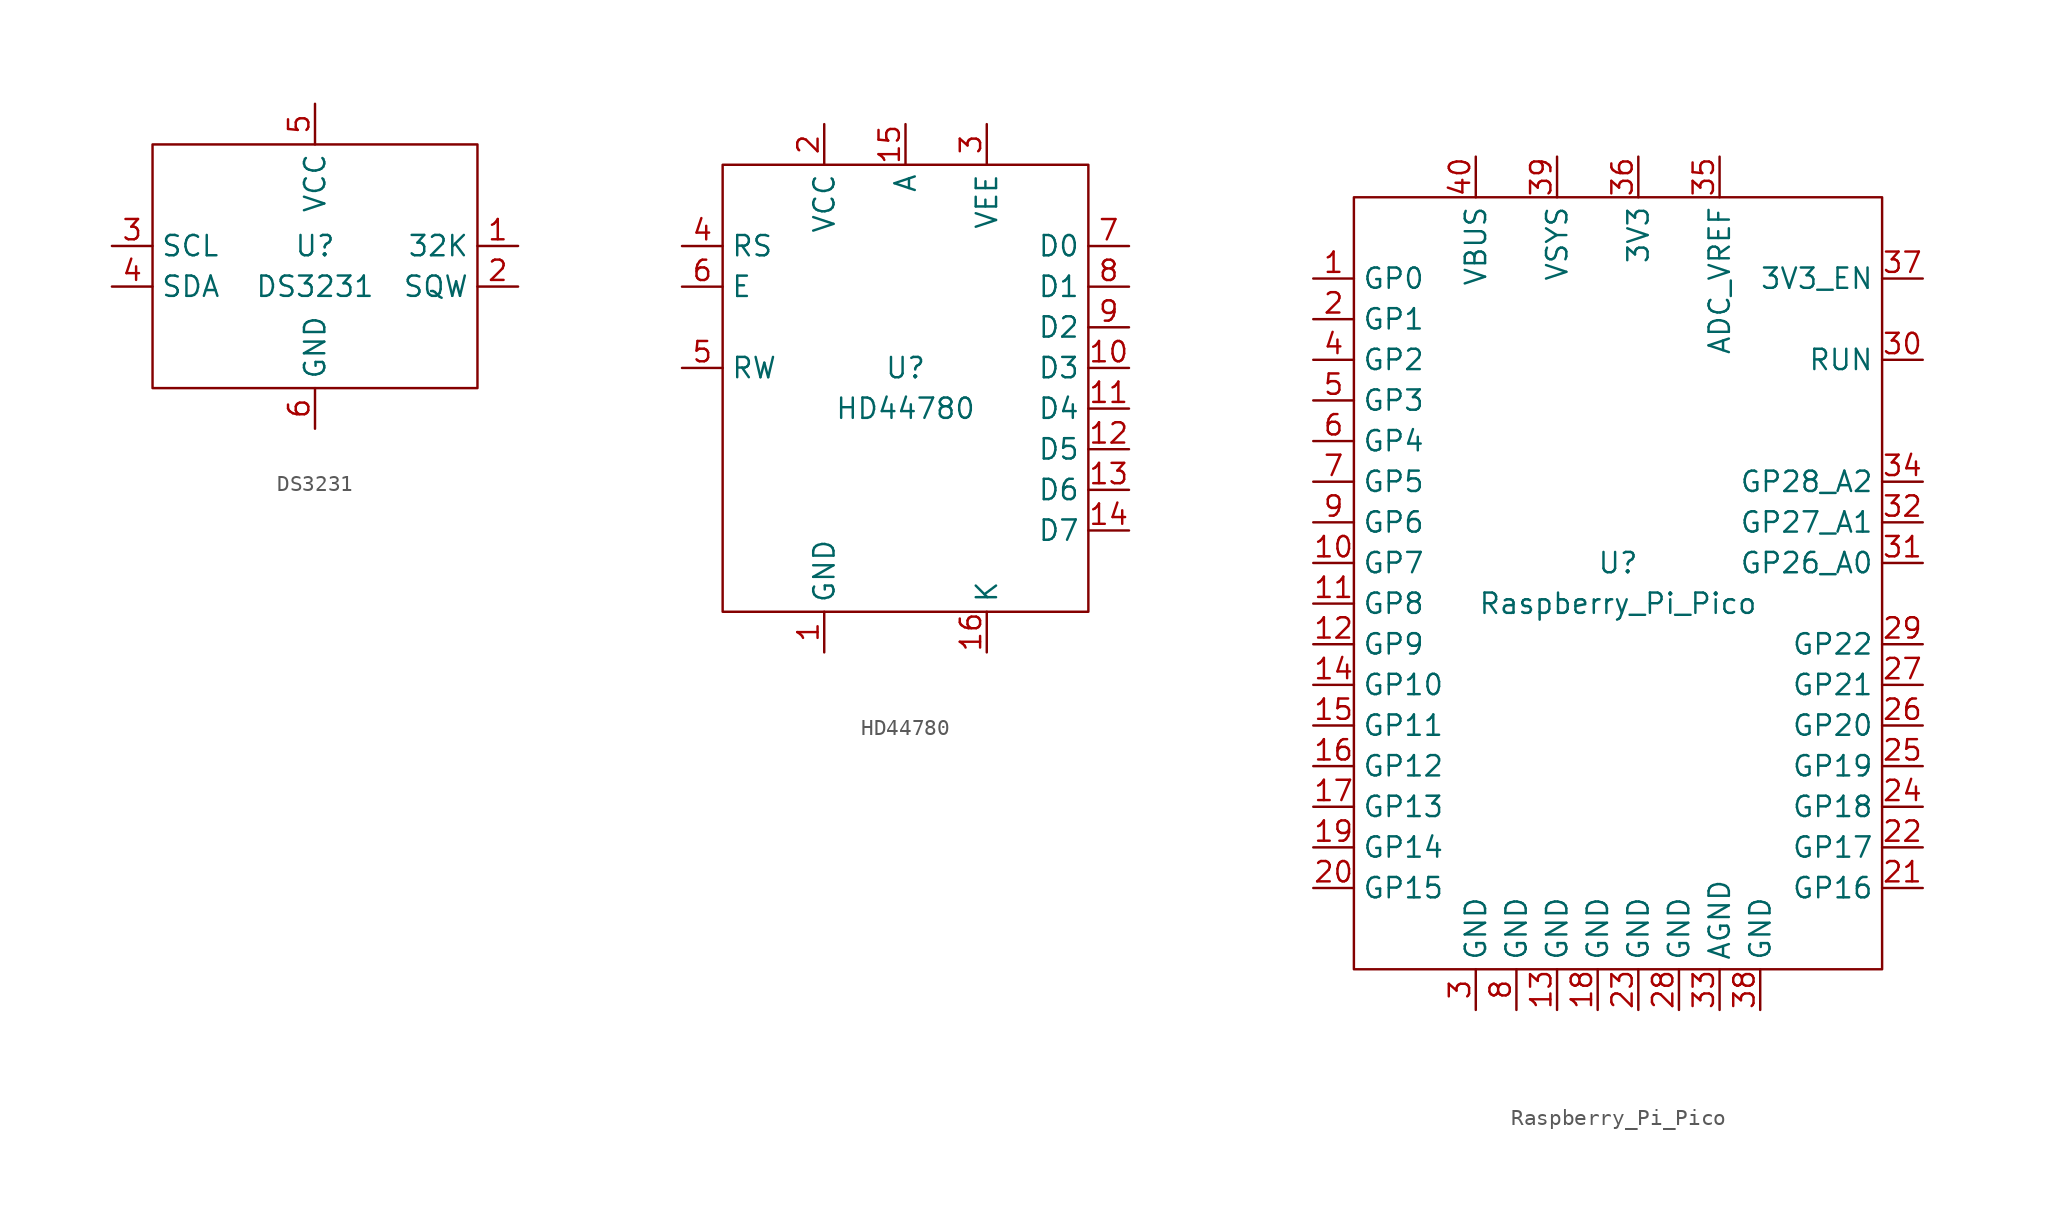
<source format=kicad_sym>
(kicad_symbol_lib
  (version 20220914)
  (generator kicad_symbol_editor)
  (symbol "DS3231"
    (property "Reference" "U"
      (at 0 1.27 0)
      (effects (font (size 1.27 1.27))))
    (property "Value" "DS3231"
      (at 0 -1.27 0)
      (effects (font (size 1.27 1.27))))
    (symbol "DS3231_0_1"
      (rectangle (start -10.16 7.62) (end 10.16 -7.62) (stroke (width 0) (type default)) (fill (type none))))
    (symbol "DS3231_1_1"
      (pin output line (at 12.7 1.27 180) (length 2.54) (name "32K" (effects (font (size 1.27 1.27)))) (number "1" (effects (font (size 1.27 1.27)))))
      (pin output line (at 12.7 -1.27 180) (length 2.54) (name "SQW" (effects (font (size 1.27 1.27)))) (number "2" (effects (font (size 1.27 1.27)))))
      (pin bidirectional line (at -12.7 1.27 0) (length 2.54) (name "SCL" (effects (font (size 1.27 1.27)))) (number "3" (effects (font (size 1.27 1.27)))))
      (pin bidirectional line (at -12.7 -1.27 0) (length 2.54) (name "SDA" (effects (font (size 1.27 1.27)))) (number "4" (effects (font (size 1.27 1.27)))))
      (pin power_in line (at 0 10.16 270) (length 2.54) (name "VCC" (effects (font (size 1.27 1.27)))) (number "5" (effects (font (size 1.27 1.27)))))
      (pin power_in line (at 0 -10.16 90) (length 2.54) (name "GND" (effects (font (size 1.27 1.27)))) (number "6" (effects (font (size 1.27 1.27)))))))
  (symbol "HD44780"
    (property "Reference" "U"
      (at 0 1.27 0)
      (effects (font (size 1.27 1.27))))
    (property "Value" "HD44780"
      (at 0 -1.27 0)
      (effects (font (size 1.27 1.27))))
    (symbol "HD44780_0_1"
      (rectangle (start -11.43 13.97) (end 11.43 -13.97) (stroke (width 0) (type default)) (fill (type none))))
    (symbol "HD44780_1_1"
      (pin power_in line (at -5.08 -16.51 90) (length 2.54) (name "GND" (effects (font (size 1.27 1.27)))) (number "1" (effects (font (size 1.27 1.27)))))
      (pin input line (at 13.97 1.27 180) (length 2.54) (name "D3" (effects (font (size 1.27 1.27)))) (number "10" (effects (font (size 1.27 1.27)))))
      (pin input line (at 13.97 -1.27 180) (length 2.54) (name "D4" (effects (font (size 1.27 1.27)))) (number "11" (effects (font (size 1.27 1.27)))))
      (pin input line (at 13.97 -3.81 180) (length 2.54) (name "D5" (effects (font (size 1.27 1.27)))) (number "12" (effects (font (size 1.27 1.27)))))
      (pin input line (at 13.97 -6.35 180) (length 2.54) (name "D6" (effects (font (size 1.27 1.27)))) (number "13" (effects (font (size 1.27 1.27)))))
      (pin input line (at 13.97 -8.89 180) (length 2.54) (name "D7" (effects (font (size 1.27 1.27)))) (number "14" (effects (font (size 1.27 1.27)))))
      (pin power_in line (at 0 16.51 270) (length 2.54) (name "A" (effects (font (size 1.27 1.27)))) (number "15" (effects (font (size 1.27 1.27)))))
      (pin power_in line (at 5.08 -16.51 90) (length 2.54) (name "K" (effects (font (size 1.27 1.27)))) (number "16" (effects (font (size 1.27 1.27)))))
      (pin power_in line (at -5.08 16.51 270) (length 2.54) (name "VCC" (effects (font (size 1.27 1.27)))) (number "2" (effects (font (size 1.27 1.27)))))
      (pin power_in line (at 5.08 16.51 270) (length 2.54) (name "VEE" (effects (font (size 1.27 1.27)))) (number "3" (effects (font (size 1.27 1.27)))))
      (pin input line (at -13.97 8.89 0) (length 2.54) (name "RS" (effects (font (size 1.27 1.27)))) (number "4" (effects (font (size 1.27 1.27)))))
      (pin input line (at -13.97 1.27 0) (length 2.54) (name "RW" (effects (font (size 1.27 1.27)))) (number "5" (effects (font (size 1.27 1.27)))))
      (pin input line (at -13.97 6.35 0) (length 2.54) (name "E" (effects (font (size 1.27 1.27)))) (number "6" (effects (font (size 1.27 1.27)))))
      (pin input line (at 13.97 8.89 180) (length 2.54) (name "D0" (effects (font (size 1.27 1.27)))) (number "7" (effects (font (size 1.27 1.27)))))
      (pin input line (at 13.97 6.35 180) (length 2.54) (name "D1" (effects (font (size 1.27 1.27)))) (number "8" (effects (font (size 1.27 1.27)))))
      (pin input line (at 13.97 3.81 180) (length 2.54) (name "D2" (effects (font (size 1.27 1.27)))) (number "9" (effects (font (size 1.27 1.27)))))))
  (symbol "Raspberry_Pi_Pico"
    (property "Reference" "U"
      (at 0 1.27 0)
      (effects (font (size 1.27 1.27))))
    (property "Value" "Raspberry_Pi_Pico"
      (at 0 -1.27 0)
      (effects (font (size 1.27 1.27))))
    (symbol "Raspberry_Pi_Pico_0_1"
      (rectangle (start -16.51 24.13) (end 16.51 -24.13) (stroke (width 0) (type default)) (fill (type none))))
    (symbol "Raspberry_Pi_Pico_1_1"
      (pin bidirectional line (at -19.05 19.05 0) (length 2.54) (name "GP0" (effects (font (size 1.27 1.27)))) (number "1" (effects (font (size 1.27 1.27)))))
      (pin bidirectional line (at -19.05 1.27 0) (length 2.54) (name "GP7" (effects (font (size 1.27 1.27)))) (number "10" (effects (font (size 1.27 1.27)))))
      (pin bidirectional line (at -19.05 -1.27 0) (length 2.54) (name "GP8" (effects (font (size 1.27 1.27)))) (number "11" (effects (font (size 1.27 1.27)))))
      (pin bidirectional line (at -19.05 -3.81 0) (length 2.54) (name "GP9" (effects (font (size 1.27 1.27)))) (number "12" (effects (font (size 1.27 1.27)))))
      (pin power_in line (at -3.81 -26.67 90) (length 2.54) (name "GND" (effects (font (size 1.27 1.27)))) (number "13" (effects (font (size 1.27 1.27)))))
      (pin bidirectional line (at -19.05 -6.35 0) (length 2.54) (name "GP10" (effects (font (size 1.27 1.27)))) (number "14" (effects (font (size 1.27 1.27)))))
      (pin bidirectional line (at -19.05 -8.89 0) (length 2.54) (name "GP11" (effects (font (size 1.27 1.27)))) (number "15" (effects (font (size 1.27 1.27)))))
      (pin bidirectional line (at -19.05 -11.43 0) (length 2.54) (name "GP12" (effects (font (size 1.27 1.27)))) (number "16" (effects (font (size 1.27 1.27)))))
      (pin bidirectional line (at -19.05 -13.97 0) (length 2.54) (name "GP13" (effects (font (size 1.27 1.27)))) (number "17" (effects (font (size 1.27 1.27)))))
      (pin power_in line (at -1.27 -26.67 90) (length 2.54) (name "GND" (effects (font (size 1.27 1.27)))) (number "18" (effects (font (size 1.27 1.27)))))
      (pin bidirectional line (at -19.05 -16.51 0) (length 2.54) (name "GP14" (effects (font (size 1.27 1.27)))) (number "19" (effects (font (size 1.27 1.27)))))
      (pin bidirectional line (at -19.05 16.51 0) (length 2.54) (name "GP1" (effects (font (size 1.27 1.27)))) (number "2" (effects (font (size 1.27 1.27)))))
      (pin bidirectional line (at -19.05 -19.05 0) (length 2.54) (name "GP15" (effects (font (size 1.27 1.27)))) (number "20" (effects (font (size 1.27 1.27)))))
      (pin bidirectional line (at 19.05 -19.05 180) (length 2.54) (name "GP16" (effects (font (size 1.27 1.27)))) (number "21" (effects (font (size 1.27 1.27)))))
      (pin bidirectional line (at 19.05 -16.51 180) (length 2.54) (name "GP17" (effects (font (size 1.27 1.27)))) (number "22" (effects (font (size 1.27 1.27)))))
      (pin power_in line (at 1.27 -26.67 90) (length 2.54) (name "GND" (effects (font (size 1.27 1.27)))) (number "23" (effects (font (size 1.27 1.27)))))
      (pin bidirectional line (at 19.05 -13.97 180) (length 2.54) (name "GP18" (effects (font (size 1.27 1.27)))) (number "24" (effects (font (size 1.27 1.27)))))
      (pin bidirectional line (at 19.05 -11.43 180) (length 2.54) (name "GP19" (effects (font (size 1.27 1.27)))) (number "25" (effects (font (size 1.27 1.27)))))
      (pin bidirectional line (at 19.05 -8.89 180) (length 2.54) (name "GP20" (effects (font (size 1.27 1.27)))) (number "26" (effects (font (size 1.27 1.27)))))
      (pin bidirectional line (at 19.05 -6.35 180) (length 2.54) (name "GP21" (effects (font (size 1.27 1.27)))) (number "27" (effects (font (size 1.27 1.27)))))
      (pin power_in line (at 3.81 -26.67 90) (length 2.54) (name "GND" (effects (font (size 1.27 1.27)))) (number "28" (effects (font (size 1.27 1.27)))))
      (pin bidirectional line (at 19.05 -3.81 180) (length 2.54) (name "GP22" (effects (font (size 1.27 1.27)))) (number "29" (effects (font (size 1.27 1.27)))))
      (pin power_in line (at -8.89 -26.67 90) (length 2.54) (name "GND" (effects (font (size 1.27 1.27)))) (number "3" (effects (font (size 1.27 1.27)))))
      (pin input line (at 19.05 13.97 180) (length 2.54) (name "RUN" (effects (font (size 1.27 1.27)))) (number "30" (effects (font (size 1.27 1.27)))))
      (pin bidirectional line (at 19.05 1.27 180) (length 2.54) (name "GP26_A0" (effects (font (size 1.27 1.27)))) (number "31" (effects (font (size 1.27 1.27)))))
      (pin bidirectional line (at 19.05 3.81 180) (length 2.54) (name "GP27_A1" (effects (font (size 1.27 1.27)))) (number "32" (effects (font (size 1.27 1.27)))))
      (pin power_in line (at 6.35 -26.67 90) (length 2.54) (name "AGND" (effects (font (size 1.27 1.27)))) (number "33" (effects (font (size 1.27 1.27)))))
      (pin bidirectional line (at 19.05 6.35 180) (length 2.54) (name "GP28_A2" (effects (font (size 1.27 1.27)))) (number "34" (effects (font (size 1.27 1.27)))))
      (pin power_in line (at 6.35 26.67 270) (length 2.54) (name "ADC_VREF" (effects (font (size 1.27 1.27)))) (number "35" (effects (font (size 1.27 1.27)))))
      (pin power_in line (at 1.27 26.67 270) (length 2.54) (name "3V3" (effects (font (size 1.27 1.27)))) (number "36" (effects (font (size 1.27 1.27)))))
      (pin input line (at 19.05 19.05 180) (length 2.54) (name "3V3_EN" (effects (font (size 1.27 1.27)))) (number "37" (effects (font (size 1.27 1.27)))))
      (pin power_in line (at 8.89 -26.67 90) (length 2.54) (name "GND" (effects (font (size 1.27 1.27)))) (number "38" (effects (font (size 1.27 1.27)))))
      (pin power_in line (at -3.81 26.67 270) (length 2.54) (name "VSYS" (effects (font (size 1.27 1.27)))) (number "39" (effects (font (size 1.27 1.27)))))
      (pin bidirectional line (at -19.05 13.97 0) (length 2.54) (name "GP2" (effects (font (size 1.27 1.27)))) (number "4" (effects (font (size 1.27 1.27)))))
      (pin power_in line (at -8.89 26.67 270) (length 2.54) (name "VBUS" (effects (font (size 1.27 1.27)))) (number "40" (effects (font (size 1.27 1.27)))))
      (pin bidirectional line (at -19.05 11.43 0) (length 2.54) (name "GP3" (effects (font (size 1.27 1.27)))) (number "5" (effects (font (size 1.27 1.27)))))
      (pin bidirectional line (at -19.05 8.89 0) (length 2.54) (name "GP4" (effects (font (size 1.27 1.27)))) (number "6" (effects (font (size 1.27 1.27)))))
      (pin bidirectional line (at -19.05 6.35 0) (length 2.54) (name "GP5" (effects (font (size 1.27 1.27)))) (number "7" (effects (font (size 1.27 1.27)))))
      (pin power_in line (at -6.35 -26.67 90) (length 2.54) (name "GND" (effects (font (size 1.27 1.27)))) (number "8" (effects (font (size 1.27 1.27)))))
      (pin bidirectional line (at -19.05 3.81 0) (length 2.54) (name "GP6" (effects (font (size 1.27 1.27)))) (number "9" (effects (font (size 1.27 1.27))))))))
</source>
